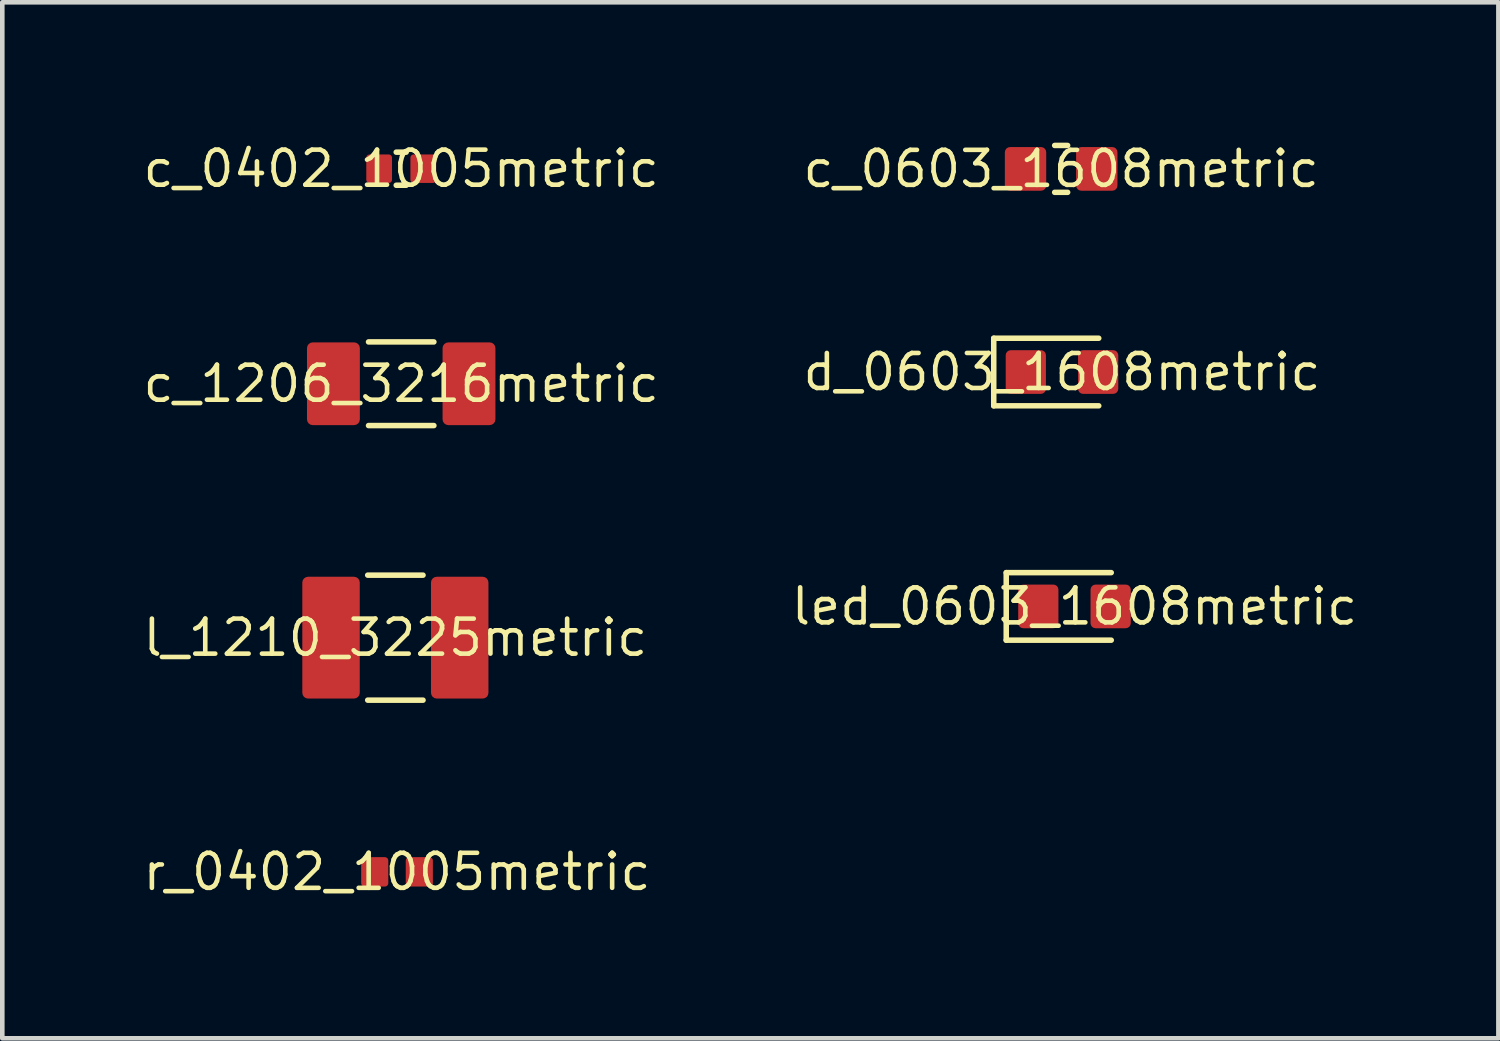
<source format=kicad_pcb>
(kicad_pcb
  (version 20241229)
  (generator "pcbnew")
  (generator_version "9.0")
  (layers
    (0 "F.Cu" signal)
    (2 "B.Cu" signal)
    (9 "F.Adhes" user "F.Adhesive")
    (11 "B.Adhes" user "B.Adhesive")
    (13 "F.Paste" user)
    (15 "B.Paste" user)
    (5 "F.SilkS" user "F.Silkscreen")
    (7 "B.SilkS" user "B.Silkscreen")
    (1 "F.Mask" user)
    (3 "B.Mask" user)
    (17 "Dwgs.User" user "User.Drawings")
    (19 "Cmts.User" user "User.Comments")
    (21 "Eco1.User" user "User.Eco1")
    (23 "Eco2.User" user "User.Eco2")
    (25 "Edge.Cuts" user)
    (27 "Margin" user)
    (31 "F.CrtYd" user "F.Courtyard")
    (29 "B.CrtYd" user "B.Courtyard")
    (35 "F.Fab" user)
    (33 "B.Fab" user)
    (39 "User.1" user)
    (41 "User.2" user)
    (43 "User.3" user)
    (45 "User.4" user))
  (footprint "d_0603_1608metric"
    (layer "F.Cu")
    (at 20.058 5.045)
    (property "Reference" "d_0603_1608metric" (at 0 0 0) (layer "F.SilkS") (effects (font (size 0.762 0.762) (thickness 0.1))))
    (attr through_hole)
    (fp_poly (pts (xy -0.2 -0.366) (xy -0.205 -0.416) (xy -0.22 -0.465) (xy -0.244 -0.51) (xy -0.276 -0.549) (xy -0.315 -0.581) (xy -0.36 -0.605) (xy -0.409 -0.62) (xy -0.459 -0.625) (xy -1.116 -0.625) (xy -1.166 -0.62) (xy -1.215 -0.605) (xy -1.26 -0.581) (xy -1.299 -0.549) (xy -1.331 -0.51) (xy -1.355 -0.465) (xy -1.37 -0.416) (xy -1.375 -0.366) (xy -1.375 0.366) (xy -1.37 0.416) (xy -1.355 0.465) (xy -1.331 0.51) (xy -1.299 0.549) (xy -1.26 0.581) (xy -1.215 0.605) (xy -1.166 0.62) (xy -1.116 0.625) (xy -0.459 0.625) (xy -0.409 0.62) (xy -0.36 0.605) (xy -0.315 0.581) (xy -0.276 0.549) (xy -0.244 0.51) (xy -0.22 0.465) (xy -0.205 0.416) (xy -0.2 0.366)) (stroke (width 0) (type solid)) (fill yes) (layer "F.Mask"))
    (fp_poly (pts (xy 1.375 -0.366) (xy 1.37 -0.416) (xy 1.355 -0.465) (xy 1.331 -0.51) (xy 1.299 -0.549) (xy 1.26 -0.581) (xy 1.215 -0.605) (xy 1.166 -0.62) (xy 1.116 -0.625) (xy 0.459 -0.625) (xy 0.409 -0.62) (xy 0.36 -0.605) (xy 0.315 -0.581) (xy 0.276 -0.549) (xy 0.244 -0.51) (xy 0.22 -0.465) (xy 0.205 -0.416) (xy 0.2 -0.366) (xy 0.2 0.366) (xy 0.205 0.416) (xy 0.22 0.465) (xy 0.244 0.51) (xy 0.276 0.549) (xy 0.315 0.581) (xy 0.36 0.605) (xy 0.409 0.62) (xy 0.459 0.625) (xy 1.116 0.625) (xy 1.166 0.62) (xy 1.215 0.605) (xy 1.26 0.581) (xy 1.299 0.549) (xy 1.331 0.51) (xy 1.355 0.465) (xy 1.37 0.416) (xy 1.375 0.366)) (stroke (width 0) (type solid)) (fill yes) (layer "F.Mask"))
    (fp_line (start -1.485 -0.735) (end -1.485 0.735) (stroke (width 0.12) (type solid)) (layer "F.SilkS"))
    (fp_line (start -1.485 0.735) (end 0.8 0.735) (stroke (width 0.12) (type solid)) (layer "F.SilkS"))
    (fp_line (start 0.8 -0.735) (end -1.485 -0.735) (stroke (width 0.12) (type solid)) (layer "F.SilkS"))
    (pad "1" smd roundrect (at -0.787 0) (size 0.875 0.95) (layers "F.Cu" "F.Paste") (roundrect_rratio 0.125))
    (pad "2" smd roundrect (at 0.787 0) (size 0.875 0.95) (layers "F.Cu" "F.Paste") (roundrect_rratio 0.125)))
  (footprint "c_0603_1608metric"
    (layer "F.Cu")
    (at 20.04 0.625)
    (property "Reference" "c_0603_1608metric" (at 0 0 0) (layer "F.SilkS") (effects (font (size 0.762 0.762) (thickness 0.1))))
    (attr through_hole)
    (fp_poly (pts (xy -0.175 -0.362) (xy -0.18 -0.414) (xy -0.195 -0.463) (xy -0.219 -0.508) (xy -0.252 -0.548) (xy -0.292 -0.581) (xy -0.337 -0.605) (xy -0.386 -0.62) (xy -0.438 -0.625) (xy -1.113 -0.625) (xy -1.164 -0.62) (xy -1.213 -0.605) (xy -1.258 -0.581) (xy -1.298 -0.548) (xy -1.331 -0.508) (xy -1.355 -0.463) (xy -1.37 -0.414) (xy -1.375 -0.362) (xy -1.375 0.362) (xy -1.37 0.414) (xy -1.355 0.463) (xy -1.331 0.508) (xy -1.298 0.548) (xy -1.258 0.581) (xy -1.213 0.605) (xy -1.164 0.62) (xy -1.113 0.625) (xy -0.438 0.625) (xy -0.386 0.62) (xy -0.337 0.605) (xy -0.292 0.581) (xy -0.252 0.548) (xy -0.219 0.508) (xy -0.195 0.463) (xy -0.18 0.414) (xy -0.175 0.362)) (stroke (width 0) (type solid)) (fill yes) (layer "F.Mask"))
    (fp_poly (pts (xy 1.375 -0.362) (xy 1.37 -0.414) (xy 1.355 -0.463) (xy 1.331 -0.508) (xy 1.298 -0.548) (xy 1.258 -0.581) (xy 1.213 -0.605) (xy 1.164 -0.62) (xy 1.113 -0.625) (xy 0.438 -0.625) (xy 0.386 -0.62) (xy 0.337 -0.605) (xy 0.292 -0.581) (xy 0.252 -0.548) (xy 0.219 -0.508) (xy 0.195 -0.463) (xy 0.18 -0.414) (xy 0.175 -0.362) (xy 0.175 0.362) (xy 0.18 0.414) (xy 0.195 0.463) (xy 0.219 0.508) (xy 0.252 0.548) (xy 0.292 0.581) (xy 0.337 0.605) (xy 0.386 0.62) (xy 0.438 0.625) (xy 1.113 0.625) (xy 1.164 0.62) (xy 1.213 0.605) (xy 1.258 0.581) (xy 1.298 0.548) (xy 1.331 0.508) (xy 1.355 0.463) (xy 1.37 0.414) (xy 1.375 0.362)) (stroke (width 0) (type solid)) (fill yes) (layer "F.Mask"))
    (fp_line (start -0.141 -0.51) (end 0.141 -0.51) (stroke (width 0.12) (type solid)) (layer "F.SilkS"))
    (fp_line (start -0.141 0.51) (end 0.141 0.51) (stroke (width 0.12) (type solid)) (layer "F.SilkS"))
    (pad "1" smd roundrect (at -0.775 0) (size 0.9 0.95) (layers "F.Cu" "F.Paste") (roundrect_rratio 0.125))
    (pad "2" smd roundrect (at 0.775 0) (size 0.9 0.95) (layers "F.Cu" "F.Paste") (roundrect_rratio 0.125)))
  (footprint "c_0402_1005metric"
    (layer "F.Cu")
    (at 5.68 0.621)
    (property "Reference" "c_0402_1005metric" (at 0 0 0) (layer "F.SilkS") (effects (font (size 0.762 0.762) (thickness 0.1))))
    (attr through_hole)
    (fp_poly (pts (xy -0.05 -0.24) (xy -0.054 -0.283) (xy -0.067 -0.324) (xy -0.087 -0.362) (xy -0.114 -0.396) (xy -0.148 -0.423) (xy -0.186 -0.443) (xy -0.227 -0.456) (xy -0.27 -0.46) (xy -0.69 -0.46) (xy -0.733 -0.456) (xy -0.774 -0.443) (xy -0.812 -0.423) (xy -0.846 -0.396) (xy -0.873 -0.362) (xy -0.893 -0.324) (xy -0.906 -0.283) (xy -0.91 -0.24) (xy -0.91 0.24) (xy -0.906 0.283) (xy -0.893 0.324) (xy -0.873 0.362) (xy -0.846 0.396) (xy -0.812 0.423) (xy -0.774 0.443) (xy -0.733 0.456) (xy -0.69 0.46) (xy -0.27 0.46) (xy -0.227 0.456) (xy -0.186 0.443) (xy -0.148 0.423) (xy -0.114 0.396) (xy -0.087 0.362) (xy -0.067 0.324) (xy -0.054 0.283) (xy -0.05 0.24)) (stroke (width 0) (type solid)) (fill yes) (layer "F.Mask"))
    (fp_poly (pts (xy 0.91 -0.24) (xy 0.906 -0.283) (xy 0.893 -0.324) (xy 0.873 -0.362) (xy 0.846 -0.396) (xy 0.812 -0.423) (xy 0.774 -0.443) (xy 0.733 -0.456) (xy 0.69 -0.46) (xy 0.27 -0.46) (xy 0.227 -0.456) (xy 0.186 -0.443) (xy 0.148 -0.423) (xy 0.114 -0.396) (xy 0.087 -0.362) (xy 0.067 -0.324) (xy 0.054 -0.283) (xy 0.05 -0.24) (xy 0.05 0.24) (xy 0.054 0.283) (xy 0.067 0.324) (xy 0.087 0.362) (xy 0.114 0.396) (xy 0.148 0.423) (xy 0.186 0.443) (xy 0.227 0.456) (xy 0.27 0.46) (xy 0.69 0.46) (xy 0.733 0.456) (xy 0.774 0.443) (xy 0.812 0.423) (xy 0.846 0.396) (xy 0.873 0.362) (xy 0.893 0.324) (xy 0.906 0.283) (xy 0.91 0.24)) (stroke (width 0) (type solid)) (fill yes) (layer "F.Mask"))
    (fp_line (start -0.108 -0.36) (end 0.108 -0.36) (stroke (width 0.12) (type solid)) (layer "F.SilkS"))
    (fp_line (start -0.108 0.36) (end 0.108 0.36) (stroke (width 0.12) (type solid)) (layer "F.SilkS"))
    (pad "1" smd roundrect (at -0.48 0) (size 0.56 0.62) (layers "F.Cu" "F.Paste") (roundrect_rratio 0.125))
    (pad "2" smd roundrect (at 0.48 0) (size 0.56 0.62) (layers "F.Cu" "F.Paste") (roundrect_rratio 0.125)))
  (footprint "led_0603_1608metric"
    (layer "F.Cu")
    (at 20.33 10.145)
    (property "Reference" "led_0603_1608metric" (at 0 0 0) (layer "F.SilkS") (effects (font (size 0.762 0.762) (thickness 0.1))))
    (attr through_hole)
    (fp_poly (pts (xy -0.2 -0.366) (xy -0.205 -0.416) (xy -0.22 -0.465) (xy -0.244 -0.51) (xy -0.276 -0.549) (xy -0.315 -0.581) (xy -0.36 -0.605) (xy -0.409 -0.62) (xy -0.459 -0.625) (xy -1.116 -0.625) (xy -1.166 -0.62) (xy -1.215 -0.605) (xy -1.26 -0.581) (xy -1.299 -0.549) (xy -1.331 -0.51) (xy -1.355 -0.465) (xy -1.37 -0.416) (xy -1.375 -0.366) (xy -1.375 0.366) (xy -1.37 0.416) (xy -1.355 0.465) (xy -1.331 0.51) (xy -1.299 0.549) (xy -1.26 0.581) (xy -1.215 0.605) (xy -1.166 0.62) (xy -1.116 0.625) (xy -0.459 0.625) (xy -0.409 0.62) (xy -0.36 0.605) (xy -0.315 0.581) (xy -0.276 0.549) (xy -0.244 0.51) (xy -0.22 0.465) (xy -0.205 0.416) (xy -0.2 0.366)) (stroke (width 0) (type solid)) (fill yes) (layer "F.Mask"))
    (fp_poly (pts (xy 1.375 -0.366) (xy 1.37 -0.416) (xy 1.355 -0.465) (xy 1.331 -0.51) (xy 1.299 -0.549) (xy 1.26 -0.581) (xy 1.215 -0.605) (xy 1.166 -0.62) (xy 1.116 -0.625) (xy 0.459 -0.625) (xy 0.409 -0.62) (xy 0.36 -0.605) (xy 0.315 -0.581) (xy 0.276 -0.549) (xy 0.244 -0.51) (xy 0.22 -0.465) (xy 0.205 -0.416) (xy 0.2 -0.366) (xy 0.2 0.366) (xy 0.205 0.416) (xy 0.22 0.465) (xy 0.244 0.51) (xy 0.276 0.549) (xy 0.315 0.581) (xy 0.36 0.605) (xy 0.409 0.62) (xy 0.459 0.625) (xy 1.116 0.625) (xy 1.166 0.62) (xy 1.215 0.605) (xy 1.26 0.581) (xy 1.299 0.549) (xy 1.331 0.51) (xy 1.355 0.465) (xy 1.37 0.416) (xy 1.375 0.366)) (stroke (width 0) (type solid)) (fill yes) (layer "F.Mask"))
    (fp_line (start -1.485 -0.735) (end -1.485 0.735) (stroke (width 0.12) (type solid)) (layer "F.SilkS"))
    (fp_line (start -1.485 0.735) (end 0.8 0.735) (stroke (width 0.12) (type solid)) (layer "F.SilkS"))
    (fp_line (start 0.8 -0.735) (end -1.485 -0.735) (stroke (width 0.12) (type solid)) (layer "F.SilkS"))
    (pad "1" smd roundrect (at -0.787 0) (size 0.875 0.95) (layers "F.Cu" "F.Paste") (roundrect_rratio 0.125))
    (pad "2" smd roundrect (at 0.787 0) (size 0.875 0.95) (layers "F.Cu" "F.Paste") (roundrect_rratio 0.125)))
  (footprint "l_1210_3225metric"
    (layer "F.Cu")
    (at 5.553 10.825)
    (property "Reference" "l_1210_3225metric" (at 0 0 0) (layer "F.SilkS") (effects (font (size 0.762 0.762) (thickness 0.1))))
    (attr through_hole)
    (fp_poly (pts (xy -0.625 -1.2) (xy -0.63 -1.254) (xy -0.646 -1.305) (xy -0.671 -1.353) (xy -0.706 -1.394) (xy -0.747 -1.429) (xy -0.795 -1.454) (xy -0.846 -1.47) (xy -0.9 -1.475) (xy -1.9 -1.475) (xy -1.954 -1.47) (xy -2.005 -1.454) (xy -2.053 -1.429) (xy -2.094 -1.394) (xy -2.129 -1.353) (xy -2.154 -1.305) (xy -2.17 -1.254) (xy -2.175 -1.2) (xy -2.175 1.2) (xy -2.17 1.254) (xy -2.154 1.305) (xy -2.129 1.353) (xy -2.094 1.394) (xy -2.053 1.429) (xy -2.005 1.454) (xy -1.954 1.47) (xy -1.9 1.475) (xy -0.9 1.475) (xy -0.846 1.47) (xy -0.795 1.454) (xy -0.747 1.429) (xy -0.706 1.394) (xy -0.671 1.353) (xy -0.646 1.305) (xy -0.63 1.254) (xy -0.625 1.2)) (stroke (width 0) (type solid)) (fill yes) (layer "F.Mask"))
    (fp_poly (pts (xy 2.175 -1.2) (xy 2.17 -1.254) (xy 2.154 -1.305) (xy 2.129 -1.353) (xy 2.094 -1.394) (xy 2.053 -1.429) (xy 2.005 -1.454) (xy 1.954 -1.47) (xy 1.9 -1.475) (xy 0.9 -1.475) (xy 0.846 -1.47) (xy 0.795 -1.454) (xy 0.747 -1.429) (xy 0.706 -1.394) (xy 0.671 -1.353) (xy 0.646 -1.305) (xy 0.63 -1.254) (xy 0.625 -1.2) (xy 0.625 1.2) (xy 0.63 1.254) (xy 0.646 1.305) (xy 0.671 1.353) (xy 0.706 1.394) (xy 0.747 1.429) (xy 0.795 1.454) (xy 0.846 1.47) (xy 0.9 1.475) (xy 1.9 1.475) (xy 1.954 1.47) (xy 2.005 1.454) (xy 2.053 1.429) (xy 2.094 1.394) (xy 2.129 1.353) (xy 2.154 1.305) (xy 2.17 1.254) (xy 2.175 1.2)) (stroke (width 0) (type solid)) (fill yes) (layer "F.Mask"))
    (fp_line (start -0.602 -1.36) (end 0.602 -1.36) (stroke (width 0.12) (type solid)) (layer "F.SilkS"))
    (fp_line (start -0.602 1.36) (end 0.602 1.36) (stroke (width 0.12) (type solid)) (layer "F.SilkS"))
    (pad "1" smd roundrect (at -1.4 0) (size 1.25 2.65) (layers "F.Cu" "F.Paste") (roundrect_rratio 0.1))
    (pad "2" smd roundrect (at 1.4 0) (size 1.25 2.65) (layers "F.Cu" "F.Paste") (roundrect_rratio 0.1)))
  (footprint "c_1206_3216metric"
    (layer "F.Cu")
    (at 5.68 5.3)
    (property "Reference" "c_1206_3216metric" (at 0 0 0) (layer "F.SilkS") (effects (font (size 0.762 0.762) (thickness 0.1))))
    (attr through_hole)
    (fp_poly (pts (xy -0.75 -0.775) (xy -0.755 -0.829) (xy -0.771 -0.88) (xy -0.796 -0.928) (xy -0.83 -0.97) (xy -0.872 -1.004) (xy -0.92 -1.029) (xy -0.971 -1.045) (xy -1.025 -1.05) (xy -1.925 -1.05) (xy -1.979 -1.045) (xy -2.03 -1.029) (xy -2.078 -1.004) (xy -2.12 -0.97) (xy -2.154 -0.928) (xy -2.179 -0.88) (xy -2.195 -0.829) (xy -2.2 -0.775) (xy -2.2 0.775) (xy -2.195 0.829) (xy -2.179 0.88) (xy -2.154 0.928) (xy -2.12 0.97) (xy -2.078 1.004) (xy -2.03 1.029) (xy -1.979 1.045) (xy -1.925 1.05) (xy -1.025 1.05) (xy -0.971 1.045) (xy -0.92 1.029) (xy -0.872 1.004) (xy -0.83 0.97) (xy -0.796 0.928) (xy -0.771 0.88) (xy -0.755 0.829) (xy -0.75 0.775)) (stroke (width 0) (type solid)) (fill yes) (layer "F.Mask"))
    (fp_poly (pts (xy 2.2 -0.775) (xy 2.195 -0.829) (xy 2.179 -0.88) (xy 2.154 -0.928) (xy 2.119 -0.969) (xy 2.078 -1.004) (xy 2.03 -1.029) (xy 1.979 -1.045) (xy 1.925 -1.05) (xy 1.025 -1.05) (xy 0.971 -1.045) (xy 0.92 -1.029) (xy 0.872 -1.004) (xy 0.831 -0.969) (xy 0.796 -0.928) (xy 0.771 -0.88) (xy 0.755 -0.829) (xy 0.75 -0.775) (xy 0.75 0.775) (xy 0.755 0.829) (xy 0.771 0.88) (xy 0.796 0.928) (xy 0.831 0.969) (xy 0.872 1.004) (xy 0.92 1.029) (xy 0.971 1.045) (xy 1.025 1.05) (xy 1.925 1.05) (xy 1.979 1.045) (xy 2.03 1.029) (xy 2.078 1.004) (xy 2.119 0.969) (xy 2.154 0.928) (xy 2.179 0.88) (xy 2.195 0.829) (xy 2.2 0.775)) (stroke (width 0) (type solid)) (fill yes) (layer "F.Mask"))
    (fp_line (start -0.711 -0.91) (end 0.711 -0.91) (stroke (width 0.12) (type solid)) (layer "F.SilkS"))
    (fp_line (start -0.711 0.91) (end 0.711 0.91) (stroke (width 0.12) (type solid)) (layer "F.SilkS"))
    (pad "1" smd roundrect (at -1.475 0) (size 1.15 1.8) (layers "F.Cu" "F.Paste") (roundrect_rratio 0.108))
    (pad "2" smd roundrect (at 1.475 0) (size 1.15 1.8) (layers "F.Cu" "F.Paste") (roundrect_rratio 0.109)))
  (footprint "r_0402_1005metric"
    (layer "F.Cu")
    (at 5.589 15.921)
    (property "Reference" "r_0402_1005metric" (at 0 0 0) (layer "F.SilkS") (effects (font (size 0.762 0.762) (thickness 0.1))))
    (attr through_hole)
    (fp_poly (pts (xy -0.04 -0.246) (xy -0.044 -0.29) (xy -0.057 -0.332) (xy -0.078 -0.371) (xy -0.106 -0.404) (xy -0.139 -0.432) (xy -0.178 -0.453) (xy -0.22 -0.466) (xy -0.264 -0.47) (xy -0.706 -0.47) (xy -0.75 -0.466) (xy -0.792 -0.453) (xy -0.831 -0.432) (xy -0.864 -0.404) (xy -0.892 -0.371) (xy -0.913 -0.332) (xy -0.926 -0.29) (xy -0.93 -0.246) (xy -0.93 0.246) (xy -0.926 0.29) (xy -0.913 0.332) (xy -0.892 0.371) (xy -0.864 0.404) (xy -0.831 0.432) (xy -0.792 0.453) (xy -0.75 0.466) (xy -0.706 0.47) (xy -0.264 0.47) (xy -0.22 0.466) (xy -0.178 0.453) (xy -0.139 0.432) (xy -0.106 0.404) (xy -0.078 0.371) (xy -0.057 0.332) (xy -0.044 0.29) (xy -0.04 0.246)) (stroke (width 0) (type solid)) (fill yes) (layer "F.Mask"))
    (fp_poly (pts (xy 0.93 -0.246) (xy 0.926 -0.29) (xy 0.913 -0.332) (xy 0.892 -0.371) (xy 0.864 -0.404) (xy 0.831 -0.432) (xy 0.792 -0.453) (xy 0.75 -0.466) (xy 0.706 -0.47) (xy 0.264 -0.47) (xy 0.22 -0.466) (xy 0.178 -0.453) (xy 0.139 -0.432) (xy 0.106 -0.404) (xy 0.078 -0.371) (xy 0.057 -0.332) (xy 0.044 -0.29) (xy 0.04 -0.246) (xy 0.04 0.246) (xy 0.044 0.29) (xy 0.057 0.332) (xy 0.078 0.371) (xy 0.106 0.404) (xy 0.139 0.432) (xy 0.178 0.453) (xy 0.22 0.466) (xy 0.264 0.47) (xy 0.706 0.47) (xy 0.75 0.466) (xy 0.792 0.453) (xy 0.831 0.432) (xy 0.864 0.404) (xy 0.892 0.371) (xy 0.913 0.332) (xy 0.926 0.29) (xy 0.93 0.246)) (stroke (width 0) (type solid)) (fill yes) (layer "F.Mask"))
    (pad "1" smd roundrect (at -0.485 0) (size 0.59 0.64) (layers "F.Cu" "F.Paste") (roundrect_rratio 0.125))
    (pad "2" smd roundrect (at 0.485 0) (size 0.59 0.64) (layers "F.Cu" "F.Paste") (roundrect_rratio 0.125)))
  (gr_rect
    (start -3 -3)
    (end 29.554 19.543)
    (stroke (width 0.1) (type default))
    (fill no)
    (layer "Edge.Cuts")))
</source>
